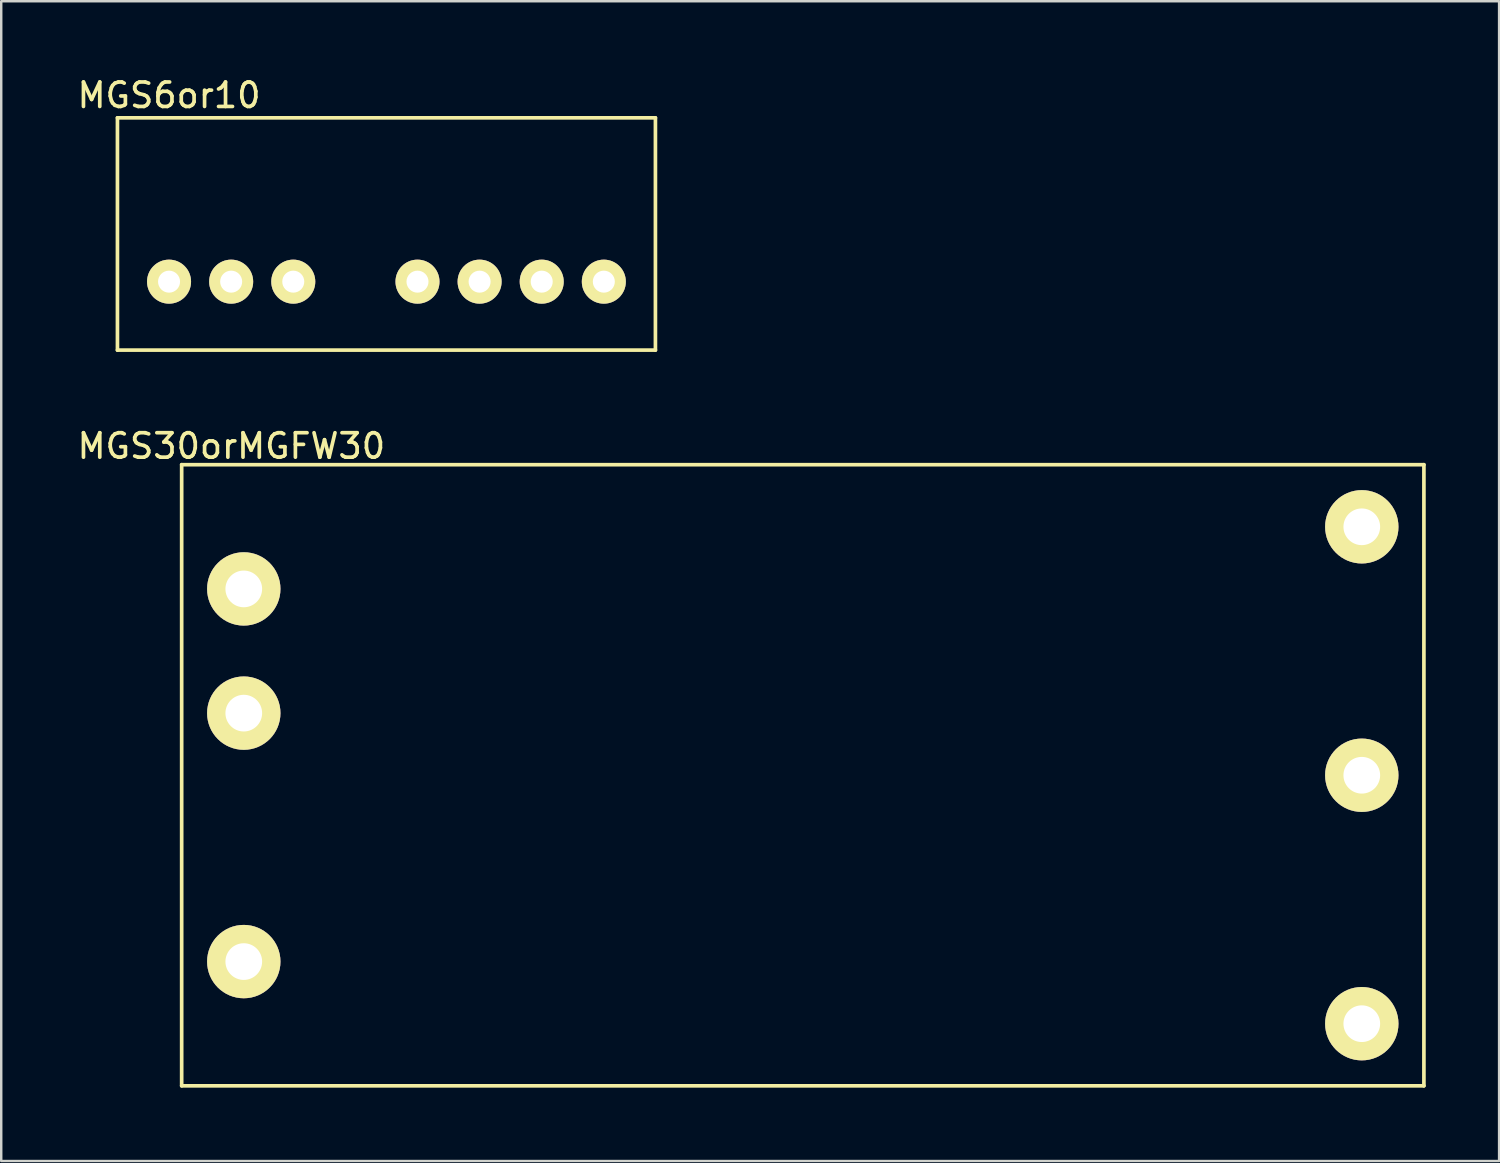
<source format=kicad_pcb>
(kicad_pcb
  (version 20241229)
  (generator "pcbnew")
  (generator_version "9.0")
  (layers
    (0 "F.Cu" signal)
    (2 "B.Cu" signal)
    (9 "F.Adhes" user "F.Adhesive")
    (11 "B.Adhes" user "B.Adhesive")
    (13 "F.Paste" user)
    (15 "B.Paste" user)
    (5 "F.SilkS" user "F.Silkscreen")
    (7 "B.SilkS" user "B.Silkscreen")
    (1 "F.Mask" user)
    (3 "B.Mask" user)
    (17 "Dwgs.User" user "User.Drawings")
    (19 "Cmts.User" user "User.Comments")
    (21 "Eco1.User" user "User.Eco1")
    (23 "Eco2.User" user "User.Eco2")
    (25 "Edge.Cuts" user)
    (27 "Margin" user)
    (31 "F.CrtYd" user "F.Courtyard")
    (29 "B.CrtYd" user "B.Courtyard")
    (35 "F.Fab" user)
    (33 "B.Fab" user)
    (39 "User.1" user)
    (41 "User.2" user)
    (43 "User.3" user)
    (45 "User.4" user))
  (footprint "MGS6or10"
    (layer "F.Cu")
    (at 3.863 8.468)
    (property "Reference" "MGS6or10" (at 0 -7.62 0) (layer "F.SilkS") (effects (font (size 1 1) (thickness 0.15))))
    (attr through_hole)
    (fp_line (start -2.11 -6.7) (end -2.11 2.8) (stroke (width 0.15) (type solid)) (layer "F.SilkS"))
    (fp_line (start -2.11 2.8) (end 19.89 2.8) (stroke (width 0.15) (type solid)) (layer "F.SilkS"))
    (fp_line (start 19.89 -6.7) (end -2.11 -6.7) (stroke (width 0.15) (type solid)) (layer "F.SilkS"))
    (fp_line (start 19.89 2.8) (end 19.89 -6.7) (stroke (width 0.15) (type solid)) (layer "F.SilkS"))
    (pad "1" thru_hole circle (at 0 0) (size 1.8 1.8) (drill 0.9) (layers "*.Cu" "*.Mask" "F.SilkS"))
    (pad "2" thru_hole circle (at 2.54 0) (size 1.8 1.8) (drill 0.9) (layers "*.Cu" "*.Mask" "F.SilkS"))
    (pad "3" thru_hole circle (at 5.08 0) (size 1.8 1.8) (drill 0.9) (layers "*.Cu" "*.Mask" "F.SilkS"))
    (pad "4" thru_hole circle (at 10.16 0) (size 1.8 1.8) (drill 0.9) (layers "*.Cu" "*.Mask" "F.SilkS"))
    (pad "5" thru_hole circle (at 12.7 0) (size 1.8 1.8) (drill 0.9) (layers "*.Cu" "*.Mask" "F.SilkS"))
    (pad "6" thru_hole circle (at 15.24 0) (size 1.8 1.8) (drill 0.9) (layers "*.Cu" "*.Mask" "F.SilkS"))
    (pad "7" thru_hole circle (at 17.78 0) (size 1.8 1.8) (drill 0.9) (layers "*.Cu" "*.Mask" "F.SilkS")))
  (footprint "MGS30orMGFW30"
    (layer "F.Cu")
    (at 6.919 36.273)
    (property "Reference" "MGS30orMGFW30" (at -0.508 -21.082 0) (layer "F.SilkS") (effects (font (size 1 1) (thickness 0.15))))
    (attr through_hole)
    (fp_line (start -2.54 -20.32) (end -2.54 5.08) (stroke (width 0.15) (type solid)) (layer "F.SilkS"))
    (fp_line (start -2.54 5.08) (end 48.26 5.08) (stroke (width 0.15) (type solid)) (layer "F.SilkS"))
    (fp_line (start 48.26 -20.32) (end -2.54 -20.32) (stroke (width 0.15) (type solid)) (layer "F.SilkS"))
    (fp_line (start 48.26 5.08) (end 48.26 -20.32) (stroke (width 0.15) (type solid)) (layer "F.SilkS"))
    (pad "1" thru_hole circle (at 0 0) (size 3 3) (drill 1.5) (layers "*.Cu" "*.Mask" "F.SilkS"))
    (pad "2" thru_hole circle (at 0 -10.16) (size 3 3) (drill 1.5) (layers "*.Cu" "*.Mask" "F.SilkS"))
    (pad "3" thru_hole circle (at 0 -15.24) (size 3 3) (drill 1.5) (layers "*.Cu" "*.Mask" "F.SilkS"))
    (pad "4" thru_hole circle (at 45.72 -17.78) (size 3 3) (drill 1.5) (layers "*.Cu" "*.Mask" "F.SilkS"))
    (pad "5" thru_hole circle (at 45.72 -7.62) (size 3 3) (drill 1.5) (layers "*.Cu" "*.Mask" "F.SilkS"))
    (pad "6" thru_hole circle (at 45.72 2.54) (size 3 3) (drill 1.5) (layers "*.Cu" "*.Mask" "F.SilkS")))
  (gr_rect
    (start -3 -3)
    (end 58.254 44.428)
    (stroke (width 0.1) (type default))
    (fill no)
    (layer "Edge.Cuts")))
</source>
